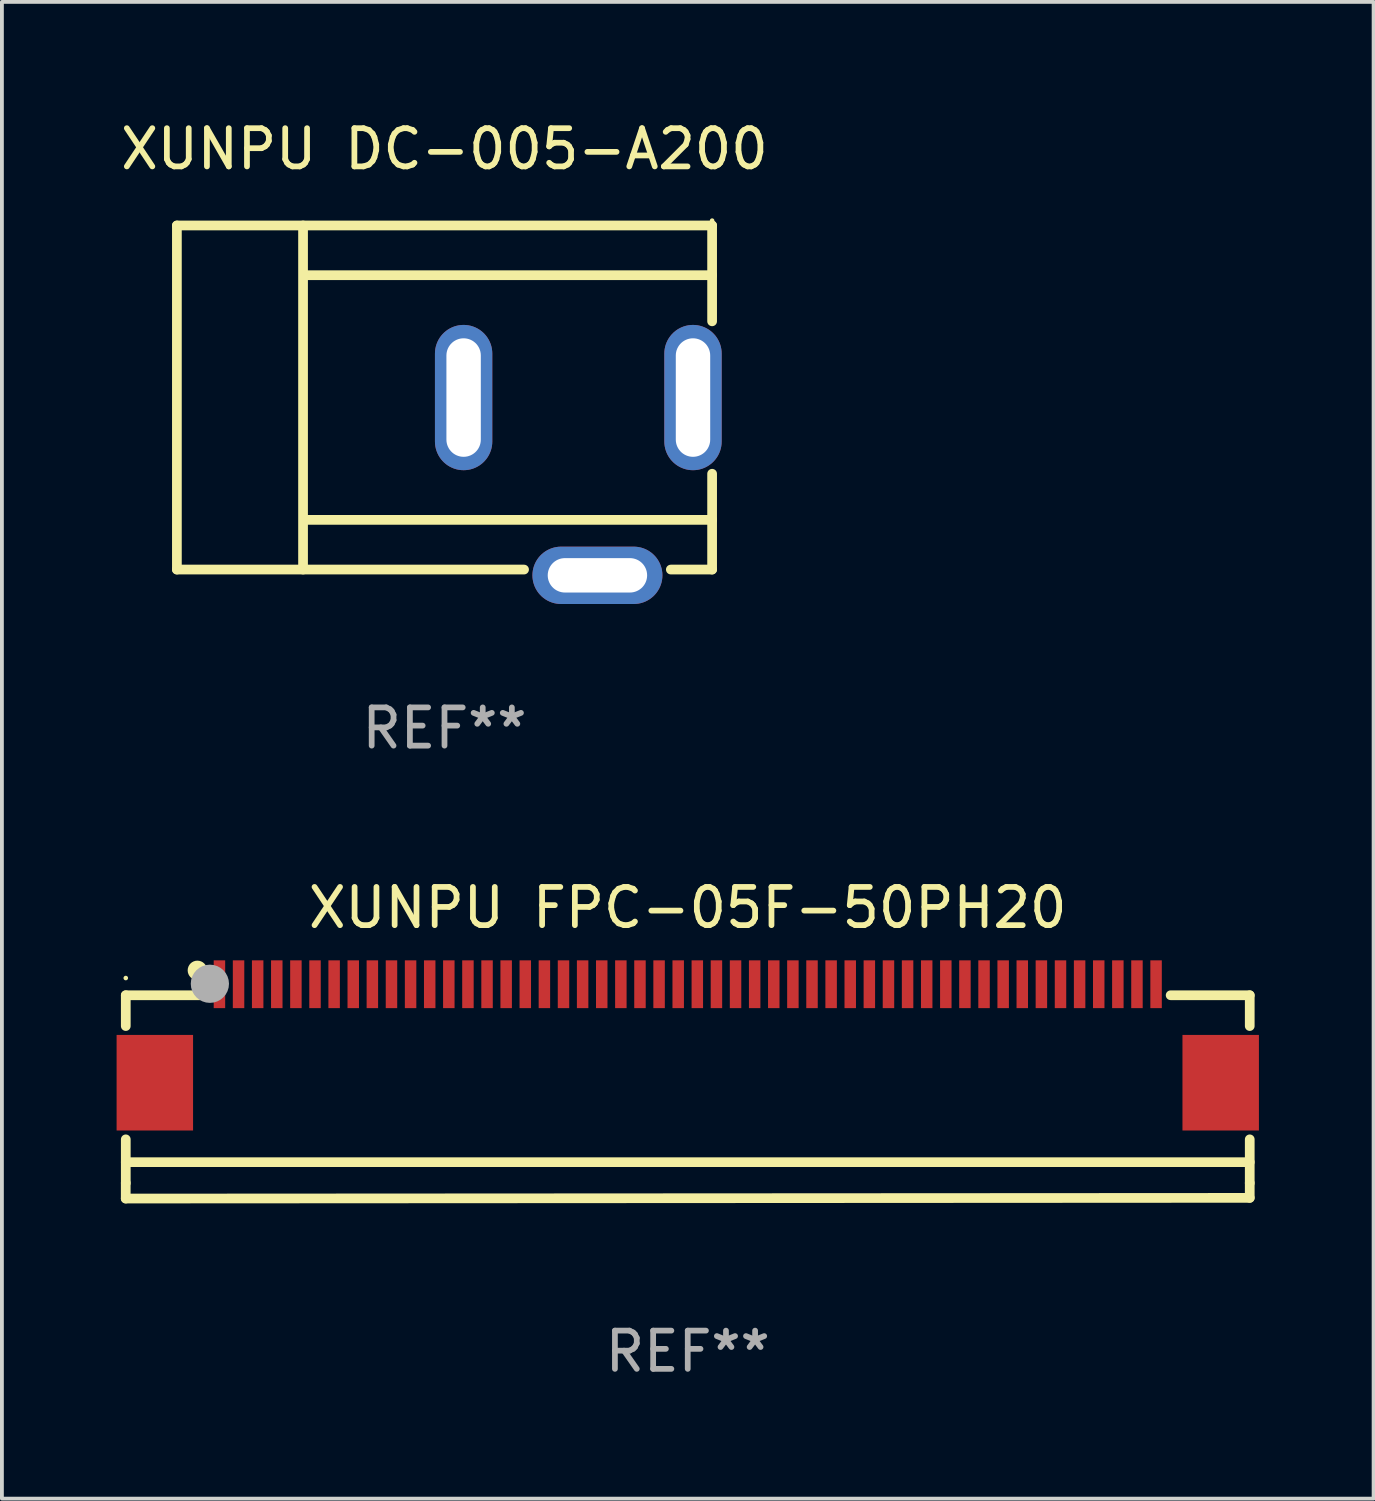
<source format=kicad_pcb>
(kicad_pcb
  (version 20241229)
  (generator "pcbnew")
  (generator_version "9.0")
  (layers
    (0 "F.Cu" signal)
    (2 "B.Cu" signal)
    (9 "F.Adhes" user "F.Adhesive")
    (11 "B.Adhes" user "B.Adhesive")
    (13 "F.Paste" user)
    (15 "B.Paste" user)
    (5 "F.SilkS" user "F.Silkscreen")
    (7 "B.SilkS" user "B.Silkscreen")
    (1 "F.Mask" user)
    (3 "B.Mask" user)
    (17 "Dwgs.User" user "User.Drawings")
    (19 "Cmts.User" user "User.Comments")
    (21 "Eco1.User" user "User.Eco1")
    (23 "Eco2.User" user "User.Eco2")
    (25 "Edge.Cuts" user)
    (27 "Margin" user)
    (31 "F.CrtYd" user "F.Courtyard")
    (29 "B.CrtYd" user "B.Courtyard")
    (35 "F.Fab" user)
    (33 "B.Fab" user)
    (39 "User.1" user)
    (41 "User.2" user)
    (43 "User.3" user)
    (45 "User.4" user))
  (footprint "XUNPU DC-005-A200"
    (layer "F.Cu")
    (at 12.077 9.674)
    (property "Reference" "XUNPU DC-005-A200" (at -3.5 -8.826 0) (layer "F.SilkS") (effects (font (size 1 1) (thickness 0.15))))
    (attr through_hole)
    (fp_line (start -10.5 -6.826) (end 3.5 -6.826) (stroke (width 0.254) (type solid)) (layer "F.SilkS"))
    (fp_line (start -10.5 2.174) (end -10.5 -6.826) (stroke (width 0.254) (type solid)) (layer "F.SilkS"))
    (fp_line (start -7.2 2.174) (end -7.2 -6.826) (stroke (width 0.254) (type solid)) (layer "F.SilkS"))
    (fp_line (start -7.12 -5.525) (end 3.5 -5.525) (stroke (width 0.254) (type solid)) (layer "F.SilkS"))
    (fp_line (start -7.12 0.874) (end 3.5 0.874) (stroke (width 0.254) (type solid)) (layer "F.SilkS"))
    (fp_line (start -1.419 2.174) (end -10.5 2.174) (stroke (width 0.254) (type solid)) (layer "F.SilkS"))
    (fp_line (start 3.5 -6.826) (end 3.5 -4.319) (stroke (width 0.254) (type solid)) (layer "F.SilkS"))
    (fp_line (start 3.5 -0.332) (end 3.5 2.174) (stroke (width 0.254) (type solid)) (layer "F.SilkS"))
    (fp_line (start 3.5 2.174) (end 2.42 2.174) (stroke (width 0.254) (type solid)) (layer "F.SilkS"))
    (fp_circle (center 3.5 -6.953) (end 3.53 -6.953) (stroke (width 0.06) (type solid)) (fill no) (layer "F.SilkS"))
    (fp_text user "REF**" (at -3.5 6.325 0) (layer "F.Fab") (effects (font (size 1 1) (thickness 0.15))))
    (pad "1" thru_hole oval (at 3 -2.325) (size 1.5 3.8) (drill oval 0.9 3.1) (layers "*.Cu" "*.Mask"))
    (pad "2" thru_hole oval (at -3 -2.325 180) (size 1.5 3.8) (drill oval 0.9 3.1) (layers "*.Cu" "*.Mask"))
    (pad "3" thru_hole oval (at 0.5 2.325 270) (size 1.5 3.4) (drill oval 0.9 2.6) (layers "*.Cu" "*.Mask")))
  (footprint "XUNPU FPC-05F-50PH20"
    (layer "F.Cu")
    (at 14.94 23.983)
    (property "Reference" "XUNPU FPC-05F-50PH20" (at -0.00047 -3.288 0) (layer "F.SilkS") (effects (font (size 1 1) (thickness 0.15))))
    (attr smd)
    (fp_line (start -14.701 3.912) (end -14.701 4.318) (stroke (width 0.254) (type solid)) (layer "F.SilkS"))
    (fp_line (start -14.701 4.318) (end 14.7 4.3) (stroke (width 0.254) (type solid)) (layer "F.SilkS"))
    (fp_line (start -14.7 -1) (end -12.631 -1) (stroke (width 0.254) (type solid)) (layer "F.SilkS"))
    (fp_line (start -14.7 -0.194) (end -14.7 -1) (stroke (width 0.254) (type solid)) (layer "F.SilkS"))
    (fp_line (start -14.7 3.366) (end 14.7 3.366) (stroke (width 0.254) (type solid)) (layer "F.SilkS"))
    (fp_line (start -14.7 3.912) (end -14.7 2.769) (stroke (width 0.254) (type solid)) (layer "F.SilkS"))
    (fp_line (start 14.7 -1) (end 12.631 -1) (stroke (width 0.254) (type solid)) (layer "F.SilkS"))
    (fp_line (start 14.7 -0.194) (end 14.7 -1) (stroke (width 0.254) (type solid)) (layer "F.SilkS"))
    (fp_line (start 14.7 3.912) (end 14.7 2.769) (stroke (width 0.254) (type solid)) (layer "F.SilkS"))
    (fp_line (start 14.7 4.3) (end 14.7 3.912) (stroke (width 0.254) (type solid)) (layer "F.SilkS"))
    (fp_circle (center -14.7 -1.45) (end -14.67 -1.45) (stroke (width 0.06) (type solid)) (fill no) (layer "F.SilkS"))
    (fp_circle (center -12.827 -1.651) (end -12.7 -1.651) (stroke (width 0.254) (type solid)) (fill no) (layer "F.SilkS"))
    (fp_circle (center -12.5 -1.3) (end -12.25 -1.3) (stroke (width 0.5) (type solid)) (fill no) (layer "F.Fab"))
    (fp_text user "REF**" (at -0.00047 8.318 0) (layer "F.Fab") (effects (font (size 1 1) (thickness 0.15))))
    (pad "1" smd rect (at -12.25 -1.288) (size 0.3 1.25) (layers "F.Cu" "F.Mask" "F.Paste"))
    (pad "2" smd rect (at -11.75 -1.288) (size 0.3 1.25) (layers "F.Cu" "F.Mask" "F.Paste"))
    (pad "3" smd rect (at -11.25 -1.288) (size 0.3 1.25) (layers "F.Cu" "F.Mask" "F.Paste"))
    (pad "4" smd rect (at -10.75 -1.288) (size 0.3 1.25) (layers "F.Cu" "F.Mask" "F.Paste"))
    (pad "5" smd rect (at -10.25 -1.288) (size 0.3 1.25) (layers "F.Cu" "F.Mask" "F.Paste"))
    (pad "6" smd rect (at -9.75 -1.288) (size 0.3 1.25) (layers "F.Cu" "F.Mask" "F.Paste"))
    (pad "7" smd rect (at -9.25 -1.288) (size 0.3 1.25) (layers "F.Cu" "F.Mask" "F.Paste"))
    (pad "8" smd rect (at -8.75 -1.288) (size 0.3 1.25) (layers "F.Cu" "F.Mask" "F.Paste"))
    (pad "9" smd rect (at -8.25 -1.288) (size 0.3 1.25) (layers "F.Cu" "F.Mask" "F.Paste"))
    (pad "10" smd rect (at -7.75 -1.288) (size 0.3 1.25) (layers "F.Cu" "F.Mask" "F.Paste"))
    (pad "11" smd rect (at -7.25 -1.288) (size 0.3 1.25) (layers "F.Cu" "F.Mask" "F.Paste"))
    (pad "12" smd rect (at -6.75 -1.288) (size 0.3 1.25) (layers "F.Cu" "F.Mask" "F.Paste"))
    (pad "13" smd rect (at -6.25 -1.288) (size 0.3 1.25) (layers "F.Cu" "F.Mask" "F.Paste"))
    (pad "14" smd rect (at -5.75 -1.288) (size 0.3 1.25) (layers "F.Cu" "F.Mask" "F.Paste"))
    (pad "15" smd rect (at -5.25 -1.288) (size 0.3 1.25) (layers "F.Cu" "F.Mask" "F.Paste"))
    (pad "16" smd rect (at -4.75 -1.288) (size 0.3 1.25) (layers "F.Cu" "F.Mask" "F.Paste"))
    (pad "17" smd rect (at -4.25 -1.288) (size 0.3 1.25) (layers "F.Cu" "F.Mask" "F.Paste"))
    (pad "18" smd rect (at -3.75 -1.288) (size 0.3 1.25) (layers "F.Cu" "F.Mask" "F.Paste"))
    (pad "19" smd rect (at -3.25 -1.288) (size 0.3 1.25) (layers "F.Cu" "F.Mask" "F.Paste"))
    (pad "20" smd rect (at -2.75 -1.288) (size 0.3 1.25) (layers "F.Cu" "F.Mask" "F.Paste"))
    (pad "21" smd rect (at -2.25 -1.288) (size 0.3 1.25) (layers "F.Cu" "F.Mask" "F.Paste"))
    (pad "22" smd rect (at -1.75 -1.288) (size 0.3 1.25) (layers "F.Cu" "F.Mask" "F.Paste"))
    (pad "23" smd rect (at -1.25 -1.288) (size 0.3 1.25) (layers "F.Cu" "F.Mask" "F.Paste"))
    (pad "24" smd rect (at -0.75 -1.288) (size 0.3 1.25) (layers "F.Cu" "F.Mask" "F.Paste"))
    (pad "25" smd rect (at -0.25 -1.288) (size 0.3 1.25) (layers "F.Cu" "F.Mask" "F.Paste"))
    (pad "26" smd rect (at 0.25 -1.288) (size 0.3 1.25) (layers "F.Cu" "F.Mask" "F.Paste"))
    (pad "27" smd rect (at 0.75 -1.288) (size 0.3 1.25) (layers "F.Cu" "F.Mask" "F.Paste"))
    (pad "28" smd rect (at 1.25 -1.288) (size 0.3 1.25) (layers "F.Cu" "F.Mask" "F.Paste"))
    (pad "29" smd rect (at 1.75 -1.288) (size 0.3 1.25) (layers "F.Cu" "F.Mask" "F.Paste"))
    (pad "30" smd rect (at 2.25 -1.288) (size 0.3 1.25) (layers "F.Cu" "F.Mask" "F.Paste"))
    (pad "31" smd rect (at 2.75 -1.288) (size 0.3 1.25) (layers "F.Cu" "F.Mask" "F.Paste"))
    (pad "32" smd rect (at 3.25 -1.288) (size 0.3 1.25) (layers "F.Cu" "F.Mask" "F.Paste"))
    (pad "33" smd rect (at 3.75 -1.288) (size 0.3 1.25) (layers "F.Cu" "F.Mask" "F.Paste"))
    (pad "34" smd rect (at 4.25 -1.288) (size 0.3 1.25) (layers "F.Cu" "F.Mask" "F.Paste"))
    (pad "35" smd rect (at 4.75 -1.288) (size 0.3 1.25) (layers "F.Cu" "F.Mask" "F.Paste"))
    (pad "36" smd rect (at 5.25 -1.288) (size 0.3 1.25) (layers "F.Cu" "F.Mask" "F.Paste"))
    (pad "37" smd rect (at 5.75 -1.288) (size 0.3 1.25) (layers "F.Cu" "F.Mask" "F.Paste"))
    (pad "38" smd rect (at 6.25 -1.288) (size 0.3 1.25) (layers "F.Cu" "F.Mask" "F.Paste"))
    (pad "39" smd rect (at 6.75 -1.288) (size 0.3 1.25) (layers "F.Cu" "F.Mask" "F.Paste"))
    (pad "40" smd rect (at 7.25 -1.288) (size 0.3 1.25) (layers "F.Cu" "F.Mask" "F.Paste"))
    (pad "41" smd rect (at 7.75 -1.288) (size 0.3 1.25) (layers "F.Cu" "F.Mask" "F.Paste"))
    (pad "42" smd rect (at 8.25 -1.288) (size 0.3 1.25) (layers "F.Cu" "F.Mask" "F.Paste"))
    (pad "43" smd rect (at 8.75 -1.288) (size 0.3 1.25) (layers "F.Cu" "F.Mask" "F.Paste"))
    (pad "44" smd rect (at 9.25 -1.288) (size 0.3 1.25) (layers "F.Cu" "F.Mask" "F.Paste"))
    (pad "45" smd rect (at 9.75 -1.288) (size 0.3 1.25) (layers "F.Cu" "F.Mask" "F.Paste"))
    (pad "46" smd rect (at 10.25 -1.288) (size 0.3 1.25) (layers "F.Cu" "F.Mask" "F.Paste"))
    (pad "47" smd rect (at 10.75 -1.288) (size 0.3 1.25) (layers "F.Cu" "F.Mask" "F.Paste"))
    (pad "48" smd rect (at 11.25 -1.288) (size 0.3 1.25) (layers "F.Cu" "F.Mask" "F.Paste"))
    (pad "49" smd rect (at 11.75 -1.288) (size 0.3 1.25) (layers "F.Cu" "F.Mask" "F.Paste"))
    (pad "50" smd rect (at 12.25 -1.288) (size 0.3 1.25) (layers "F.Cu" "F.Mask" "F.Paste"))
    (pad "51" smd rect (at -13.94 1.288) (size 2 2.5) (layers "F.Cu" "F.Mask" "F.Paste"))
    (pad "52" smd rect (at 13.94 1.288) (size 2 2.5) (layers "F.Cu" "F.Mask" "F.Paste")))
  (gr_rect
    (start -3 -3)
    (end 32.88 36.15)
    (stroke (width 0.1) (type default))
    (fill no)
    (layer "Edge.Cuts")))
</source>
